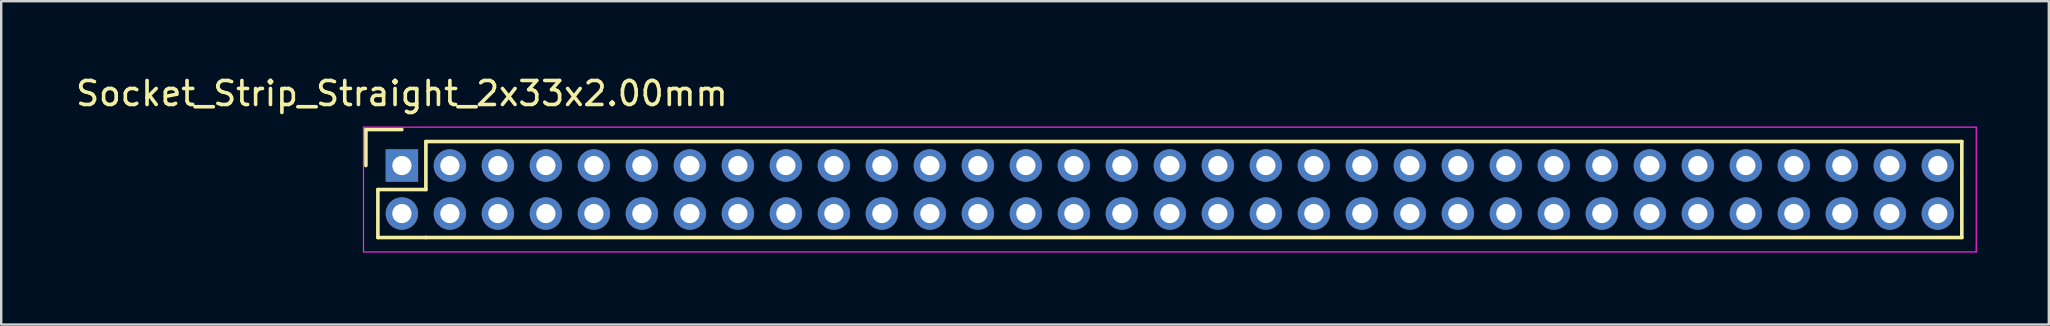
<source format=kicad_pcb>
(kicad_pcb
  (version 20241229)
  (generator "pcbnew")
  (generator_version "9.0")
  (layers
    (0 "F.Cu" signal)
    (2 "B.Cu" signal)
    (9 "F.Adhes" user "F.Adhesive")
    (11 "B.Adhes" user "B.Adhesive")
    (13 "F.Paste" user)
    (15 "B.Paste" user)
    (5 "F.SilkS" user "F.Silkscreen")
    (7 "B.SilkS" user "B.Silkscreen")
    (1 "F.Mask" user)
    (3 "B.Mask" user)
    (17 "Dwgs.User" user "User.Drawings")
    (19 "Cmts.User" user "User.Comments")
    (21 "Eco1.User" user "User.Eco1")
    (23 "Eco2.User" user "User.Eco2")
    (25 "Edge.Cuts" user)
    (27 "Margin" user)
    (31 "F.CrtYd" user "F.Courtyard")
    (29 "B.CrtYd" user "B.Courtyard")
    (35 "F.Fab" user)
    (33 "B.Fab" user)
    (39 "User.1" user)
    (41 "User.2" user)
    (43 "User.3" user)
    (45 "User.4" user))
  (footprint "Socket_Strip_Straight_2x33x2.00mm"
    (layer "F.Cu")
    (at 13.696 3.848)
    (property "Reference" "Socket_Strip_Straight_2x33x2.00mm" (at 0 -3 0) (layer "F.SilkS") (effects (font (size 1 1) (thickness 0.15))))
    (attr through_hole)
    (fp_line (start -1.5 -1.5) (end -1.5 0) (stroke (width 0.15) (type solid)) (layer "F.SilkS"))
    (fp_line (start -1 1) (end -1 3) (stroke (width 0.15) (type solid)) (layer "F.SilkS"))
    (fp_line (start -1 3) (end 1 3) (stroke (width 0.15) (type solid)) (layer "F.SilkS"))
    (fp_line (start 0 -1.5) (end -1.5 -1.5) (stroke (width 0.15) (type solid)) (layer "F.SilkS"))
    (fp_line (start 1 -1) (end 1 1) (stroke (width 0.15) (type solid)) (layer "F.SilkS"))
    (fp_line (start 1 1) (end -1 1) (stroke (width 0.15) (type solid)) (layer "F.SilkS"))
    (fp_line (start 1 3) (end 65 3) (stroke (width 0.15) (type solid)) (layer "F.SilkS"))
    (fp_line (start 65 -1) (end 1 -1) (stroke (width 0.15) (type solid)) (layer "F.SilkS"))
    (fp_line (start 65 3) (end 65 -1) (stroke (width 0.15) (type solid)) (layer "F.SilkS"))
    (fp_line (start -1.6 -1.6) (end -1.6 3.6) (stroke (width 0.05) (type solid)) (layer "F.CrtYd"))
    (fp_line (start -1.6 3.6) (end 65.6 3.6) (stroke (width 0.05) (type solid)) (layer "F.CrtYd"))
    (fp_line (start 65.6 -1.6) (end -1.6 -1.6) (stroke (width 0.05) (type solid)) (layer "F.CrtYd"))
    (fp_line (start 65.6 3.6) (end 65.6 -1.6) (stroke (width 0.05) (type solid)) (layer "F.CrtYd"))
    (pad "1" thru_hole rect (at 0 0) (size 1.35 1.35) (drill 0.8) (layers "*.Cu" "*.Mask"))
    (pad "2" thru_hole circle (at 0 2) (size 1.35 1.35) (drill 0.8) (layers "*.Cu" "*.Mask"))
    (pad "3" thru_hole circle (at 2 0) (size 1.35 1.35) (drill 0.8) (layers "*.Cu" "*.Mask"))
    (pad "4" thru_hole circle (at 2 2) (size 1.35 1.35) (drill 0.8) (layers "*.Cu" "*.Mask"))
    (pad "5" thru_hole circle (at 4 0) (size 1.35 1.35) (drill 0.8) (layers "*.Cu" "*.Mask"))
    (pad "6" thru_hole circle (at 4 2) (size 1.35 1.35) (drill 0.8) (layers "*.Cu" "*.Mask"))
    (pad "7" thru_hole circle (at 6 0) (size 1.35 1.35) (drill 0.8) (layers "*.Cu" "*.Mask"))
    (pad "8" thru_hole circle (at 6 2) (size 1.35 1.35) (drill 0.8) (layers "*.Cu" "*.Mask"))
    (pad "9" thru_hole circle (at 8 0) (size 1.35 1.35) (drill 0.8) (layers "*.Cu" "*.Mask"))
    (pad "10" thru_hole circle (at 8 2) (size 1.35 1.35) (drill 0.8) (layers "*.Cu" "*.Mask"))
    (pad "11" thru_hole circle (at 10 0) (size 1.35 1.35) (drill 0.8) (layers "*.Cu" "*.Mask"))
    (pad "12" thru_hole circle (at 10 2) (size 1.35 1.35) (drill 0.8) (layers "*.Cu" "*.Mask"))
    (pad "13" thru_hole circle (at 12 0) (size 1.35 1.35) (drill 0.8) (layers "*.Cu" "*.Mask"))
    (pad "14" thru_hole circle (at 12 2) (size 1.35 1.35) (drill 0.8) (layers "*.Cu" "*.Mask"))
    (pad "15" thru_hole circle (at 14 0) (size 1.35 1.35) (drill 0.8) (layers "*.Cu" "*.Mask"))
    (pad "16" thru_hole circle (at 14 2) (size 1.35 1.35) (drill 0.8) (layers "*.Cu" "*.Mask"))
    (pad "17" thru_hole circle (at 16 0) (size 1.35 1.35) (drill 0.8) (layers "*.Cu" "*.Mask"))
    (pad "18" thru_hole circle (at 16 2) (size 1.35 1.35) (drill 0.8) (layers "*.Cu" "*.Mask"))
    (pad "19" thru_hole circle (at 18 0) (size 1.35 1.35) (drill 0.8) (layers "*.Cu" "*.Mask"))
    (pad "20" thru_hole circle (at 18 2) (size 1.35 1.35) (drill 0.8) (layers "*.Cu" "*.Mask"))
    (pad "21" thru_hole circle (at 20 0) (size 1.35 1.35) (drill 0.8) (layers "*.Cu" "*.Mask"))
    (pad "22" thru_hole circle (at 20 2) (size 1.35 1.35) (drill 0.8) (layers "*.Cu" "*.Mask"))
    (pad "23" thru_hole circle (at 22 0) (size 1.35 1.35) (drill 0.8) (layers "*.Cu" "*.Mask"))
    (pad "24" thru_hole circle (at 22 2) (size 1.35 1.35) (drill 0.8) (layers "*.Cu" "*.Mask"))
    (pad "25" thru_hole circle (at 24 0) (size 1.35 1.35) (drill 0.8) (layers "*.Cu" "*.Mask"))
    (pad "26" thru_hole circle (at 24 2) (size 1.35 1.35) (drill 0.8) (layers "*.Cu" "*.Mask"))
    (pad "27" thru_hole circle (at 26 0) (size 1.35 1.35) (drill 0.8) (layers "*.Cu" "*.Mask"))
    (pad "28" thru_hole circle (at 26 2) (size 1.35 1.35) (drill 0.8) (layers "*.Cu" "*.Mask"))
    (pad "29" thru_hole circle (at 28 0) (size 1.35 1.35) (drill 0.8) (layers "*.Cu" "*.Mask"))
    (pad "30" thru_hole circle (at 28 2) (size 1.35 1.35) (drill 0.8) (layers "*.Cu" "*.Mask"))
    (pad "31" thru_hole circle (at 30 0) (size 1.35 1.35) (drill 0.8) (layers "*.Cu" "*.Mask"))
    (pad "32" thru_hole circle (at 30 2) (size 1.35 1.35) (drill 0.8) (layers "*.Cu" "*.Mask"))
    (pad "33" thru_hole circle (at 32 0) (size 1.35 1.35) (drill 0.8) (layers "*.Cu" "*.Mask"))
    (pad "34" thru_hole circle (at 32 2) (size 1.35 1.35) (drill 0.8) (layers "*.Cu" "*.Mask"))
    (pad "35" thru_hole circle (at 34 0) (size 1.35 1.35) (drill 0.8) (layers "*.Cu" "*.Mask"))
    (pad "36" thru_hole circle (at 34 2) (size 1.35 1.35) (drill 0.8) (layers "*.Cu" "*.Mask"))
    (pad "37" thru_hole circle (at 36 0) (size 1.35 1.35) (drill 0.8) (layers "*.Cu" "*.Mask"))
    (pad "38" thru_hole circle (at 36 2) (size 1.35 1.35) (drill 0.8) (layers "*.Cu" "*.Mask"))
    (pad "39" thru_hole circle (at 38 0) (size 1.35 1.35) (drill 0.8) (layers "*.Cu" "*.Mask"))
    (pad "40" thru_hole circle (at 38 2) (size 1.35 1.35) (drill 0.8) (layers "*.Cu" "*.Mask"))
    (pad "41" thru_hole circle (at 40 0) (size 1.35 1.35) (drill 0.8) (layers "*.Cu" "*.Mask"))
    (pad "42" thru_hole circle (at 40 2) (size 1.35 1.35) (drill 0.8) (layers "*.Cu" "*.Mask"))
    (pad "43" thru_hole circle (at 42 0) (size 1.35 1.35) (drill 0.8) (layers "*.Cu" "*.Mask"))
    (pad "44" thru_hole circle (at 42 2) (size 1.35 1.35) (drill 0.8) (layers "*.Cu" "*.Mask"))
    (pad "45" thru_hole circle (at 44 0) (size 1.35 1.35) (drill 0.8) (layers "*.Cu" "*.Mask"))
    (pad "46" thru_hole circle (at 44 2) (size 1.35 1.35) (drill 0.8) (layers "*.Cu" "*.Mask"))
    (pad "47" thru_hole circle (at 46 0) (size 1.35 1.35) (drill 0.8) (layers "*.Cu" "*.Mask"))
    (pad "48" thru_hole circle (at 46 2) (size 1.35 1.35) (drill 0.8) (layers "*.Cu" "*.Mask"))
    (pad "49" thru_hole circle (at 48 0) (size 1.35 1.35) (drill 0.8) (layers "*.Cu" "*.Mask"))
    (pad "50" thru_hole circle (at 48 2) (size 1.35 1.35) (drill 0.8) (layers "*.Cu" "*.Mask"))
    (pad "51" thru_hole circle (at 50 0) (size 1.35 1.35) (drill 0.8) (layers "*.Cu" "*.Mask"))
    (pad "52" thru_hole circle (at 50 2) (size 1.35 1.35) (drill 0.8) (layers "*.Cu" "*.Mask"))
    (pad "53" thru_hole circle (at 52 0) (size 1.35 1.35) (drill 0.8) (layers "*.Cu" "*.Mask"))
    (pad "54" thru_hole circle (at 52 2) (size 1.35 1.35) (drill 0.8) (layers "*.Cu" "*.Mask"))
    (pad "55" thru_hole circle (at 54 0) (size 1.35 1.35) (drill 0.8) (layers "*.Cu" "*.Mask"))
    (pad "56" thru_hole circle (at 54 2) (size 1.35 1.35) (drill 0.8) (layers "*.Cu" "*.Mask"))
    (pad "57" thru_hole circle (at 56 0) (size 1.35 1.35) (drill 0.8) (layers "*.Cu" "*.Mask"))
    (pad "58" thru_hole circle (at 56 2) (size 1.35 1.35) (drill 0.8) (layers "*.Cu" "*.Mask"))
    (pad "59" thru_hole circle (at 58 0) (size 1.35 1.35) (drill 0.8) (layers "*.Cu" "*.Mask"))
    (pad "60" thru_hole circle (at 58 2) (size 1.35 1.35) (drill 0.8) (layers "*.Cu" "*.Mask"))
    (pad "61" thru_hole circle (at 60 0) (size 1.35 1.35) (drill 0.8) (layers "*.Cu" "*.Mask"))
    (pad "62" thru_hole circle (at 60 2) (size 1.35 1.35) (drill 0.8) (layers "*.Cu" "*.Mask"))
    (pad "63" thru_hole circle (at 62 0) (size 1.35 1.35) (drill 0.8) (layers "*.Cu" "*.Mask"))
    (pad "64" thru_hole circle (at 62 2) (size 1.35 1.35) (drill 0.8) (layers "*.Cu" "*.Mask"))
    (pad "65" thru_hole circle (at 64 0) (size 1.35 1.35) (drill 0.8) (layers "*.Cu" "*.Mask"))
    (pad "66" thru_hole circle (at 64 2) (size 1.35 1.35) (drill 0.8) (layers "*.Cu" "*.Mask")))
  (gr_rect
    (start -3 -3)
    (end 82.321 10.473)
    (stroke (width 0.1) (type default))
    (fill no)
    (layer "Edge.Cuts")))
</source>
